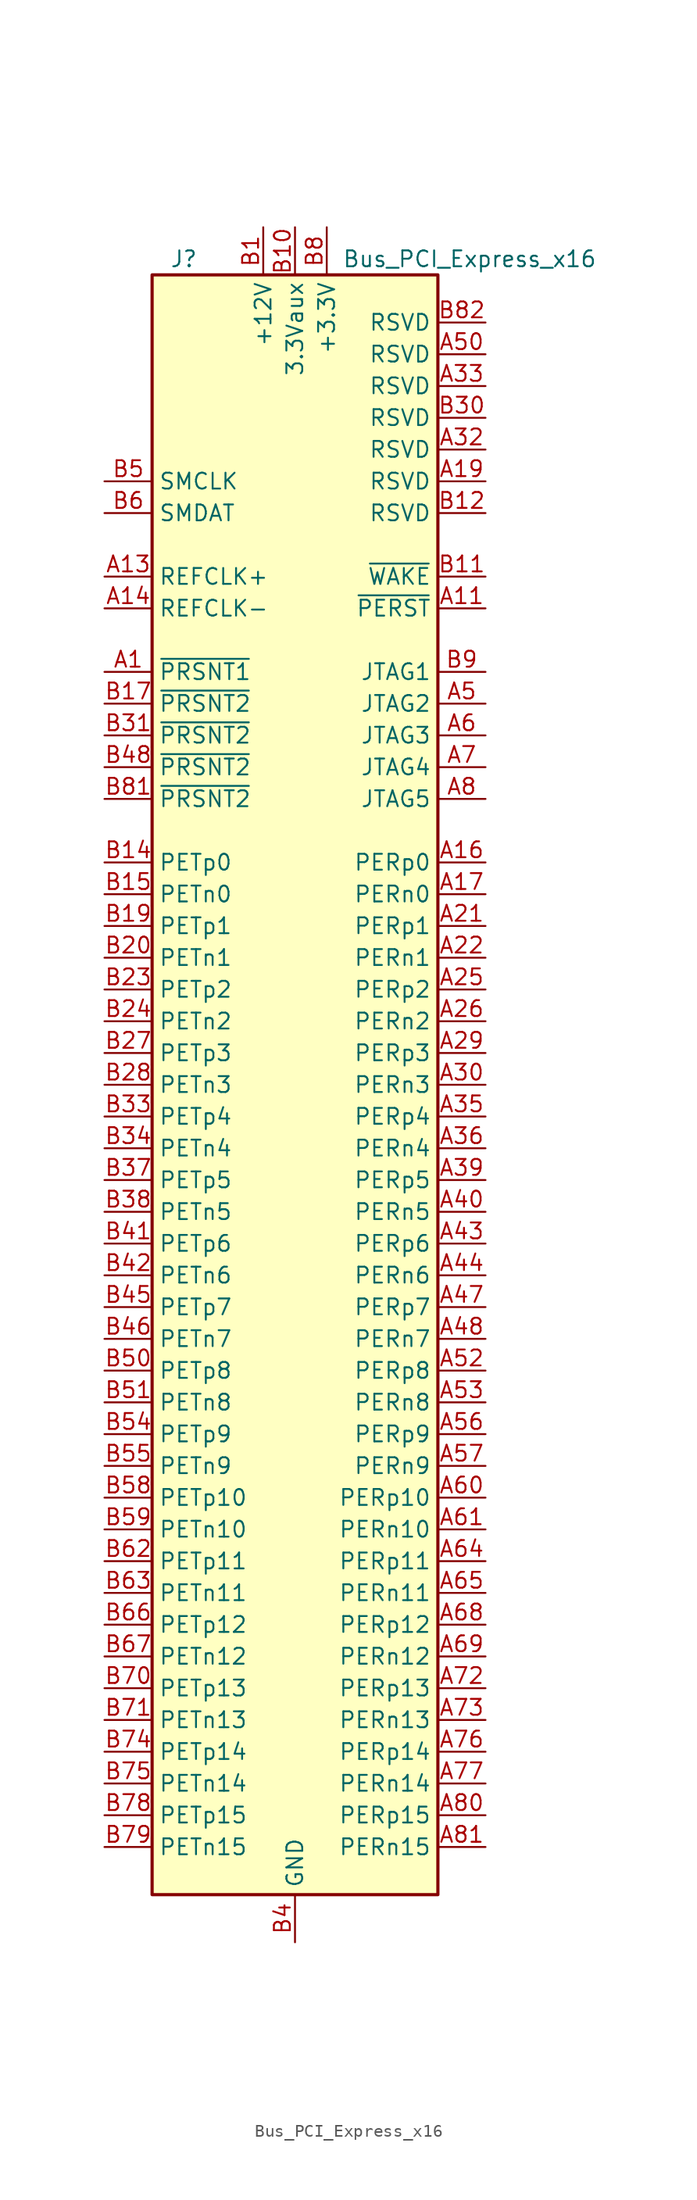
<source format=kicad_sym>
(kicad_symbol_lib
  (version 20220914)
  (generator kicad_symbol_editor)
  (symbol "Bus_PCI_Express_x16"
    (property "Reference" "J"
      (at -8.89 66.04 0)
      (effects (font (size 1.27 1.27))))
    (property "Value" "Bus_PCI_Express_x16"
      (at 13.97 66.04 0)
      (effects (font (size 1.27 1.27))))
    (symbol "Bus_PCI_Express_x16_0_1"
      (rectangle (start -11.43 64.77) (end 11.43 -64.77) (stroke (width 0.254) (type default)) (fill (type background))))
    (symbol "Bus_PCI_Express_x16_1_1"
      (pin passive line (at -15.24 33.02 0) (length 3.81) (name "~{PRSNT1}" (effects (font (size 1.27 1.27)))) (number "A1" (effects (font (size 1.27 1.27)))))
      (pin passive line (at 2.54 68.58 270) (length 3.81) hide (name "+3.3V" (effects (font (size 1.27 1.27)))) (number "A10" (effects (font (size 1.27 1.27)))))
      (pin input line (at 15.24 38.1 180) (length 3.81) (name "~{PERST}" (effects (font (size 1.27 1.27)))) (number "A11" (effects (font (size 1.27 1.27)))))
      (pin passive line (at 0 -68.58 90) (length 3.81) hide (name "GND" (effects (font (size 1.27 1.27)))) (number "A12" (effects (font (size 1.27 1.27)))))
      (pin input line (at -15.24 40.64 0) (length 3.81) (name "REFCLK+" (effects (font (size 1.27 1.27)))) (number "A13" (effects (font (size 1.27 1.27)))))
      (pin input line (at -15.24 38.1 0) (length 3.81) (name "REFCLK-" (effects (font (size 1.27 1.27)))) (number "A14" (effects (font (size 1.27 1.27)))))
      (pin passive line (at 0 -68.58 90) (length 3.81) hide (name "GND" (effects (font (size 1.27 1.27)))) (number "A15" (effects (font (size 1.27 1.27)))))
      (pin output line (at 15.24 17.78 180) (length 3.81) (name "PERp0" (effects (font (size 1.27 1.27)))) (number "A16" (effects (font (size 1.27 1.27)))))
      (pin output line (at 15.24 15.24 180) (length 3.81) (name "PERn0" (effects (font (size 1.27 1.27)))) (number "A17" (effects (font (size 1.27 1.27)))))
      (pin passive line (at 0 -68.58 90) (length 3.81) hide (name "GND" (effects (font (size 1.27 1.27)))) (number "A18" (effects (font (size 1.27 1.27)))))
      (pin passive line (at 15.24 48.26 180) (length 3.81) (name "RSVD" (effects (font (size 1.27 1.27)))) (number "A19" (effects (font (size 1.27 1.27)))))
      (pin passive line (at -2.54 68.58 270) (length 3.81) hide (name "+12V" (effects (font (size 1.27 1.27)))) (number "A2" (effects (font (size 1.27 1.27)))))
      (pin passive line (at 0 -68.58 90) (length 3.81) hide (name "GND" (effects (font (size 1.27 1.27)))) (number "A20" (effects (font (size 1.27 1.27)))))
      (pin output line (at 15.24 12.7 180) (length 3.81) (name "PERp1" (effects (font (size 1.27 1.27)))) (number "A21" (effects (font (size 1.27 1.27)))))
      (pin output line (at 15.24 10.16 180) (length 3.81) (name "PERn1" (effects (font (size 1.27 1.27)))) (number "A22" (effects (font (size 1.27 1.27)))))
      (pin passive line (at 0 -68.58 90) (length 3.81) hide (name "GND" (effects (font (size 1.27 1.27)))) (number "A23" (effects (font (size 1.27 1.27)))))
      (pin passive line (at 0 -68.58 90) (length 3.81) hide (name "GND" (effects (font (size 1.27 1.27)))) (number "A24" (effects (font (size 1.27 1.27)))))
      (pin output line (at 15.24 7.62 180) (length 3.81) (name "PERp2" (effects (font (size 1.27 1.27)))) (number "A25" (effects (font (size 1.27 1.27)))))
      (pin output line (at 15.24 5.08 180) (length 3.81) (name "PERn2" (effects (font (size 1.27 1.27)))) (number "A26" (effects (font (size 1.27 1.27)))))
      (pin passive line (at 0 -68.58 90) (length 3.81) hide (name "GND" (effects (font (size 1.27 1.27)))) (number "A27" (effects (font (size 1.27 1.27)))))
      (pin passive line (at 0 -68.58 90) (length 3.81) hide (name "GND" (effects (font (size 1.27 1.27)))) (number "A28" (effects (font (size 1.27 1.27)))))
      (pin output line (at 15.24 2.54 180) (length 3.81) (name "PERp3" (effects (font (size 1.27 1.27)))) (number "A29" (effects (font (size 1.27 1.27)))))
      (pin passive line (at -2.54 68.58 270) (length 3.81) hide (name "+12V" (effects (font (size 1.27 1.27)))) (number "A3" (effects (font (size 1.27 1.27)))))
      (pin output line (at 15.24 0 180) (length 3.81) (name "PERn3" (effects (font (size 1.27 1.27)))) (number "A30" (effects (font (size 1.27 1.27)))))
      (pin passive line (at 0 -68.58 90) (length 3.81) hide (name "GND" (effects (font (size 1.27 1.27)))) (number "A31" (effects (font (size 1.27 1.27)))))
      (pin passive line (at 15.24 50.8 180) (length 3.81) (name "RSVD" (effects (font (size 1.27 1.27)))) (number "A32" (effects (font (size 1.27 1.27)))))
      (pin passive line (at 15.24 55.88 180) (length 3.81) (name "RSVD" (effects (font (size 1.27 1.27)))) (number "A33" (effects (font (size 1.27 1.27)))))
      (pin passive line (at 0 -68.58 90) (length 3.81) hide (name "GND" (effects (font (size 1.27 1.27)))) (number "A34" (effects (font (size 1.27 1.27)))))
      (pin output line (at 15.24 -2.54 180) (length 3.81) (name "PERp4" (effects (font (size 1.27 1.27)))) (number "A35" (effects (font (size 1.27 1.27)))))
      (pin output line (at 15.24 -5.08 180) (length 3.81) (name "PERn4" (effects (font (size 1.27 1.27)))) (number "A36" (effects (font (size 1.27 1.27)))))
      (pin passive line (at 0 -68.58 90) (length 3.81) hide (name "GND" (effects (font (size 1.27 1.27)))) (number "A37" (effects (font (size 1.27 1.27)))))
      (pin passive line (at 0 -68.58 90) (length 3.81) hide (name "GND" (effects (font (size 1.27 1.27)))) (number "A38" (effects (font (size 1.27 1.27)))))
      (pin output line (at 15.24 -7.62 180) (length 3.81) (name "PERp5" (effects (font (size 1.27 1.27)))) (number "A39" (effects (font (size 1.27 1.27)))))
      (pin passive line (at 0 -68.58 90) (length 3.81) hide (name "GND" (effects (font (size 1.27 1.27)))) (number "A4" (effects (font (size 1.27 1.27)))))
      (pin output line (at 15.24 -10.16 180) (length 3.81) (name "PERn5" (effects (font (size 1.27 1.27)))) (number "A40" (effects (font (size 1.27 1.27)))))
      (pin passive line (at 0 -68.58 90) (length 3.81) hide (name "GND" (effects (font (size 1.27 1.27)))) (number "A41" (effects (font (size 1.27 1.27)))))
      (pin passive line (at 0 -68.58 90) (length 3.81) hide (name "GND" (effects (font (size 1.27 1.27)))) (number "A42" (effects (font (size 1.27 1.27)))))
      (pin output line (at 15.24 -12.7 180) (length 3.81) (name "PERp6" (effects (font (size 1.27 1.27)))) (number "A43" (effects (font (size 1.27 1.27)))))
      (pin output line (at 15.24 -15.24 180) (length 3.81) (name "PERn6" (effects (font (size 1.27 1.27)))) (number "A44" (effects (font (size 1.27 1.27)))))
      (pin passive line (at 0 -68.58 90) (length 3.81) hide (name "GND" (effects (font (size 1.27 1.27)))) (number "A45" (effects (font (size 1.27 1.27)))))
      (pin passive line (at 0 -68.58 90) (length 3.81) hide (name "GND" (effects (font (size 1.27 1.27)))) (number "A46" (effects (font (size 1.27 1.27)))))
      (pin output line (at 15.24 -17.78 180) (length 3.81) (name "PERp7" (effects (font (size 1.27 1.27)))) (number "A47" (effects (font (size 1.27 1.27)))))
      (pin output line (at 15.24 -20.32 180) (length 3.81) (name "PERn7" (effects (font (size 1.27 1.27)))) (number "A48" (effects (font (size 1.27 1.27)))))
      (pin passive line (at 0 -68.58 90) (length 3.81) hide (name "GND" (effects (font (size 1.27 1.27)))) (number "A49" (effects (font (size 1.27 1.27)))))
      (pin input line (at 15.24 30.48 180) (length 3.81) (name "JTAG2" (effects (font (size 1.27 1.27)))) (number "A5" (effects (font (size 1.27 1.27)))))
      (pin passive line (at 15.24 58.42 180) (length 3.81) (name "RSVD" (effects (font (size 1.27 1.27)))) (number "A50" (effects (font (size 1.27 1.27)))))
      (pin passive line (at 0 -68.58 90) (length 3.81) hide (name "GND" (effects (font (size 1.27 1.27)))) (number "A51" (effects (font (size 1.27 1.27)))))
      (pin output line (at 15.24 -22.86 180) (length 3.81) (name "PERp8" (effects (font (size 1.27 1.27)))) (number "A52" (effects (font (size 1.27 1.27)))))
      (pin output line (at 15.24 -25.4 180) (length 3.81) (name "PERn8" (effects (font (size 1.27 1.27)))) (number "A53" (effects (font (size 1.27 1.27)))))
      (pin passive line (at 0 -68.58 90) (length 3.81) hide (name "GND" (effects (font (size 1.27 1.27)))) (number "A54" (effects (font (size 1.27 1.27)))))
      (pin passive line (at 0 -68.58 90) (length 3.81) hide (name "GND" (effects (font (size 1.27 1.27)))) (number "A55" (effects (font (size 1.27 1.27)))))
      (pin output line (at 15.24 -27.94 180) (length 3.81) (name "PERp9" (effects (font (size 1.27 1.27)))) (number "A56" (effects (font (size 1.27 1.27)))))
      (pin output line (at 15.24 -30.48 180) (length 3.81) (name "PERn9" (effects (font (size 1.27 1.27)))) (number "A57" (effects (font (size 1.27 1.27)))))
      (pin passive line (at 0 -68.58 90) (length 3.81) hide (name "GND" (effects (font (size 1.27 1.27)))) (number "A58" (effects (font (size 1.27 1.27)))))
      (pin passive line (at 0 -68.58 90) (length 3.81) hide (name "GND" (effects (font (size 1.27 1.27)))) (number "A59" (effects (font (size 1.27 1.27)))))
      (pin input line (at 15.24 27.94 180) (length 3.81) (name "JTAG3" (effects (font (size 1.27 1.27)))) (number "A6" (effects (font (size 1.27 1.27)))))
      (pin output line (at 15.24 -33.02 180) (length 3.81) (name "PERp10" (effects (font (size 1.27 1.27)))) (number "A60" (effects (font (size 1.27 1.27)))))
      (pin output line (at 15.24 -35.56 180) (length 3.81) (name "PERn10" (effects (font (size 1.27 1.27)))) (number "A61" (effects (font (size 1.27 1.27)))))
      (pin passive line (at 0 -68.58 90) (length 3.81) hide (name "GND" (effects (font (size 1.27 1.27)))) (number "A62" (effects (font (size 1.27 1.27)))))
      (pin passive line (at 0 -68.58 90) (length 3.81) hide (name "GND" (effects (font (size 1.27 1.27)))) (number "A63" (effects (font (size 1.27 1.27)))))
      (pin output line (at 15.24 -38.1 180) (length 3.81) (name "PERp11" (effects (font (size 1.27 1.27)))) (number "A64" (effects (font (size 1.27 1.27)))))
      (pin output line (at 15.24 -40.64 180) (length 3.81) (name "PERn11" (effects (font (size 1.27 1.27)))) (number "A65" (effects (font (size 1.27 1.27)))))
      (pin passive line (at 0 -68.58 90) (length 3.81) hide (name "GND" (effects (font (size 1.27 1.27)))) (number "A66" (effects (font (size 1.27 1.27)))))
      (pin passive line (at 0 -68.58 90) (length 3.81) hide (name "GND" (effects (font (size 1.27 1.27)))) (number "A67" (effects (font (size 1.27 1.27)))))
      (pin output line (at 15.24 -43.18 180) (length 3.81) (name "PERp12" (effects (font (size 1.27 1.27)))) (number "A68" (effects (font (size 1.27 1.27)))))
      (pin output line (at 15.24 -45.72 180) (length 3.81) (name "PERn12" (effects (font (size 1.27 1.27)))) (number "A69" (effects (font (size 1.27 1.27)))))
      (pin output line (at 15.24 25.4 180) (length 3.81) (name "JTAG4" (effects (font (size 1.27 1.27)))) (number "A7" (effects (font (size 1.27 1.27)))))
      (pin passive line (at 0 -68.58 90) (length 3.81) hide (name "GND" (effects (font (size 1.27 1.27)))) (number "A70" (effects (font (size 1.27 1.27)))))
      (pin passive line (at 0 -68.58 90) (length 3.81) hide (name "GND" (effects (font (size 1.27 1.27)))) (number "A71" (effects (font (size 1.27 1.27)))))
      (pin output line (at 15.24 -48.26 180) (length 3.81) (name "PERp13" (effects (font (size 1.27 1.27)))) (number "A72" (effects (font (size 1.27 1.27)))))
      (pin output line (at 15.24 -50.8 180) (length 3.81) (name "PERn13" (effects (font (size 1.27 1.27)))) (number "A73" (effects (font (size 1.27 1.27)))))
      (pin passive line (at 0 -68.58 90) (length 3.81) hide (name "GND" (effects (font (size 1.27 1.27)))) (number "A74" (effects (font (size 1.27 1.27)))))
      (pin passive line (at 0 -68.58 90) (length 3.81) hide (name "GND" (effects (font (size 1.27 1.27)))) (number "A75" (effects (font (size 1.27 1.27)))))
      (pin output line (at 15.24 -53.34 180) (length 3.81) (name "PERp14" (effects (font (size 1.27 1.27)))) (number "A76" (effects (font (size 1.27 1.27)))))
      (pin output line (at 15.24 -55.88 180) (length 3.81) (name "PERn14" (effects (font (size 1.27 1.27)))) (number "A77" (effects (font (size 1.27 1.27)))))
      (pin passive line (at 0 -68.58 90) (length 3.81) hide (name "GND" (effects (font (size 1.27 1.27)))) (number "A78" (effects (font (size 1.27 1.27)))))
      (pin passive line (at 0 -68.58 90) (length 3.81) hide (name "GND" (effects (font (size 1.27 1.27)))) (number "A79" (effects (font (size 1.27 1.27)))))
      (pin input line (at 15.24 22.86 180) (length 3.81) (name "JTAG5" (effects (font (size 1.27 1.27)))) (number "A8" (effects (font (size 1.27 1.27)))))
      (pin output line (at 15.24 -58.42 180) (length 3.81) (name "PERp15" (effects (font (size 1.27 1.27)))) (number "A80" (effects (font (size 1.27 1.27)))))
      (pin output line (at 15.24 -60.96 180) (length 3.81) (name "PERn15" (effects (font (size 1.27 1.27)))) (number "A81" (effects (font (size 1.27 1.27)))))
      (pin passive line (at 0 -68.58 90) (length 3.81) hide (name "GND" (effects (font (size 1.27 1.27)))) (number "A82" (effects (font (size 1.27 1.27)))))
      (pin passive line (at 2.54 68.58 270) (length 3.81) hide (name "+3.3V" (effects (font (size 1.27 1.27)))) (number "A9" (effects (font (size 1.27 1.27)))))
      (pin power_in line (at -2.54 68.58 270) (length 3.81) (name "+12V" (effects (font (size 1.27 1.27)))) (number "B1" (effects (font (size 1.27 1.27)))))
      (pin power_in line (at 0 68.58 270) (length 3.81) (name "3.3Vaux" (effects (font (size 1.27 1.27)))) (number "B10" (effects (font (size 1.27 1.27)))))
      (pin open_collector line (at 15.24 40.64 180) (length 3.81) (name "~{WAKE}" (effects (font (size 1.27 1.27)))) (number "B11" (effects (font (size 1.27 1.27)))))
      (pin passive line (at 15.24 45.72 180) (length 3.81) (name "RSVD" (effects (font (size 1.27 1.27)))) (number "B12" (effects (font (size 1.27 1.27)))))
      (pin passive line (at 0 -68.58 90) (length 3.81) hide (name "GND" (effects (font (size 1.27 1.27)))) (number "B13" (effects (font (size 1.27 1.27)))))
      (pin input line (at -15.24 17.78 0) (length 3.81) (name "PETp0" (effects (font (size 1.27 1.27)))) (number "B14" (effects (font (size 1.27 1.27)))))
      (pin input line (at -15.24 15.24 0) (length 3.81) (name "PETn0" (effects (font (size 1.27 1.27)))) (number "B15" (effects (font (size 1.27 1.27)))))
      (pin passive line (at 0 -68.58 90) (length 3.81) hide (name "GND" (effects (font (size 1.27 1.27)))) (number "B16" (effects (font (size 1.27 1.27)))))
      (pin passive line (at -15.24 30.48 0) (length 3.81) (name "~{PRSNT2}" (effects (font (size 1.27 1.27)))) (number "B17" (effects (font (size 1.27 1.27)))))
      (pin passive line (at 0 -68.58 90) (length 3.81) hide (name "GND" (effects (font (size 1.27 1.27)))) (number "B18" (effects (font (size 1.27 1.27)))))
      (pin input line (at -15.24 12.7 0) (length 3.81) (name "PETp1" (effects (font (size 1.27 1.27)))) (number "B19" (effects (font (size 1.27 1.27)))))
      (pin passive line (at -2.54 68.58 270) (length 3.81) hide (name "+12V" (effects (font (size 1.27 1.27)))) (number "B2" (effects (font (size 1.27 1.27)))))
      (pin input line (at -15.24 10.16 0) (length 3.81) (name "PETn1" (effects (font (size 1.27 1.27)))) (number "B20" (effects (font (size 1.27 1.27)))))
      (pin passive line (at 0 -68.58 90) (length 3.81) hide (name "GND" (effects (font (size 1.27 1.27)))) (number "B21" (effects (font (size 1.27 1.27)))))
      (pin passive line (at 0 -68.58 90) (length 3.81) hide (name "GND" (effects (font (size 1.27 1.27)))) (number "B22" (effects (font (size 1.27 1.27)))))
      (pin input line (at -15.24 7.62 0) (length 3.81) (name "PETp2" (effects (font (size 1.27 1.27)))) (number "B23" (effects (font (size 1.27 1.27)))))
      (pin input line (at -15.24 5.08 0) (length 3.81) (name "PETn2" (effects (font (size 1.27 1.27)))) (number "B24" (effects (font (size 1.27 1.27)))))
      (pin passive line (at 0 -68.58 90) (length 3.81) hide (name "GND" (effects (font (size 1.27 1.27)))) (number "B25" (effects (font (size 1.27 1.27)))))
      (pin passive line (at 0 -68.58 90) (length 3.81) hide (name "GND" (effects (font (size 1.27 1.27)))) (number "B26" (effects (font (size 1.27 1.27)))))
      (pin input line (at -15.24 2.54 0) (length 3.81) (name "PETp3" (effects (font (size 1.27 1.27)))) (number "B27" (effects (font (size 1.27 1.27)))))
      (pin input line (at -15.24 0 0) (length 3.81) (name "PETn3" (effects (font (size 1.27 1.27)))) (number "B28" (effects (font (size 1.27 1.27)))))
      (pin passive line (at 0 -68.58 90) (length 3.81) hide (name "GND" (effects (font (size 1.27 1.27)))) (number "B29" (effects (font (size 1.27 1.27)))))
      (pin passive line (at -2.54 68.58 270) (length 3.81) hide (name "+12V" (effects (font (size 1.27 1.27)))) (number "B3" (effects (font (size 1.27 1.27)))))
      (pin passive line (at 15.24 53.34 180) (length 3.81) (name "RSVD" (effects (font (size 1.27 1.27)))) (number "B30" (effects (font (size 1.27 1.27)))))
      (pin passive line (at -15.24 27.94 0) (length 3.81) (name "~{PRSNT2}" (effects (font (size 1.27 1.27)))) (number "B31" (effects (font (size 1.27 1.27)))))
      (pin passive line (at 0 -68.58 90) (length 3.81) hide (name "GND" (effects (font (size 1.27 1.27)))) (number "B32" (effects (font (size 1.27 1.27)))))
      (pin input line (at -15.24 -2.54 0) (length 3.81) (name "PETp4" (effects (font (size 1.27 1.27)))) (number "B33" (effects (font (size 1.27 1.27)))))
      (pin input line (at -15.24 -5.08 0) (length 3.81) (name "PETn4" (effects (font (size 1.27 1.27)))) (number "B34" (effects (font (size 1.27 1.27)))))
      (pin passive line (at 0 -68.58 90) (length 3.81) hide (name "GND" (effects (font (size 1.27 1.27)))) (number "B35" (effects (font (size 1.27 1.27)))))
      (pin passive line (at 0 -68.58 90) (length 3.81) hide (name "GND" (effects (font (size 1.27 1.27)))) (number "B36" (effects (font (size 1.27 1.27)))))
      (pin input line (at -15.24 -7.62 0) (length 3.81) (name "PETp5" (effects (font (size 1.27 1.27)))) (number "B37" (effects (font (size 1.27 1.27)))))
      (pin input line (at -15.24 -10.16 0) (length 3.81) (name "PETn5" (effects (font (size 1.27 1.27)))) (number "B38" (effects (font (size 1.27 1.27)))))
      (pin passive line (at 0 -68.58 90) (length 3.81) hide (name "GND" (effects (font (size 1.27 1.27)))) (number "B39" (effects (font (size 1.27 1.27)))))
      (pin power_in line (at 0 -68.58 90) (length 3.81) (name "GND" (effects (font (size 1.27 1.27)))) (number "B4" (effects (font (size 1.27 1.27)))))
      (pin passive line (at 0 -68.58 90) (length 3.81) hide (name "GND" (effects (font (size 1.27 1.27)))) (number "B40" (effects (font (size 1.27 1.27)))))
      (pin input line (at -15.24 -12.7 0) (length 3.81) (name "PETp6" (effects (font (size 1.27 1.27)))) (number "B41" (effects (font (size 1.27 1.27)))))
      (pin input line (at -15.24 -15.24 0) (length 3.81) (name "PETn6" (effects (font (size 1.27 1.27)))) (number "B42" (effects (font (size 1.27 1.27)))))
      (pin passive line (at 0 -68.58 90) (length 3.81) hide (name "GND" (effects (font (size 1.27 1.27)))) (number "B43" (effects (font (size 1.27 1.27)))))
      (pin passive line (at 0 -68.58 90) (length 3.81) hide (name "GND" (effects (font (size 1.27 1.27)))) (number "B44" (effects (font (size 1.27 1.27)))))
      (pin input line (at -15.24 -17.78 0) (length 3.81) (name "PETp7" (effects (font (size 1.27 1.27)))) (number "B45" (effects (font (size 1.27 1.27)))))
      (pin input line (at -15.24 -20.32 0) (length 3.81) (name "PETn7" (effects (font (size 1.27 1.27)))) (number "B46" (effects (font (size 1.27 1.27)))))
      (pin passive line (at 0 -68.58 90) (length 3.81) hide (name "GND" (effects (font (size 1.27 1.27)))) (number "B47" (effects (font (size 1.27 1.27)))))
      (pin passive line (at -15.24 25.4 0) (length 3.81) (name "~{PRSNT2}" (effects (font (size 1.27 1.27)))) (number "B48" (effects (font (size 1.27 1.27)))))
      (pin passive line (at 0 -68.58 90) (length 3.81) hide (name "GND" (effects (font (size 1.27 1.27)))) (number "B49" (effects (font (size 1.27 1.27)))))
      (pin input line (at -15.24 48.26 0) (length 3.81) (name "SMCLK" (effects (font (size 1.27 1.27)))) (number "B5" (effects (font (size 1.27 1.27)))))
      (pin input line (at -15.24 -22.86 0) (length 3.81) (name "PETp8" (effects (font (size 1.27 1.27)))) (number "B50" (effects (font (size 1.27 1.27)))))
      (pin input line (at -15.24 -25.4 0) (length 3.81) (name "PETn8" (effects (font (size 1.27 1.27)))) (number "B51" (effects (font (size 1.27 1.27)))))
      (pin passive line (at 0 -68.58 90) (length 3.81) hide (name "GND" (effects (font (size 1.27 1.27)))) (number "B52" (effects (font (size 1.27 1.27)))))
      (pin passive line (at 0 -68.58 90) (length 3.81) hide (name "GND" (effects (font (size 1.27 1.27)))) (number "B53" (effects (font (size 1.27 1.27)))))
      (pin input line (at -15.24 -27.94 0) (length 3.81) (name "PETp9" (effects (font (size 1.27 1.27)))) (number "B54" (effects (font (size 1.27 1.27)))))
      (pin input line (at -15.24 -30.48 0) (length 3.81) (name "PETn9" (effects (font (size 1.27 1.27)))) (number "B55" (effects (font (size 1.27 1.27)))))
      (pin passive line (at 0 -68.58 90) (length 3.81) hide (name "GND" (effects (font (size 1.27 1.27)))) (number "B56" (effects (font (size 1.27 1.27)))))
      (pin passive line (at 0 -68.58 90) (length 3.81) hide (name "GND" (effects (font (size 1.27 1.27)))) (number "B57" (effects (font (size 1.27 1.27)))))
      (pin input line (at -15.24 -33.02 0) (length 3.81) (name "PETp10" (effects (font (size 1.27 1.27)))) (number "B58" (effects (font (size 1.27 1.27)))))
      (pin input line (at -15.24 -35.56 0) (length 3.81) (name "PETn10" (effects (font (size 1.27 1.27)))) (number "B59" (effects (font (size 1.27 1.27)))))
      (pin bidirectional line (at -15.24 45.72 0) (length 3.81) (name "SMDAT" (effects (font (size 1.27 1.27)))) (number "B6" (effects (font (size 1.27 1.27)))))
      (pin passive line (at 0 -68.58 90) (length 3.81) hide (name "GND" (effects (font (size 1.27 1.27)))) (number "B60" (effects (font (size 1.27 1.27)))))
      (pin passive line (at 0 -68.58 90) (length 3.81) hide (name "GND" (effects (font (size 1.27 1.27)))) (number "B61" (effects (font (size 1.27 1.27)))))
      (pin input line (at -15.24 -38.1 0) (length 3.81) (name "PETp11" (effects (font (size 1.27 1.27)))) (number "B62" (effects (font (size 1.27 1.27)))))
      (pin input line (at -15.24 -40.64 0) (length 3.81) (name "PETn11" (effects (font (size 1.27 1.27)))) (number "B63" (effects (font (size 1.27 1.27)))))
      (pin passive line (at 0 -68.58 90) (length 3.81) hide (name "GND" (effects (font (size 1.27 1.27)))) (number "B64" (effects (font (size 1.27 1.27)))))
      (pin passive line (at 0 -68.58 90) (length 3.81) hide (name "GND" (effects (font (size 1.27 1.27)))) (number "B65" (effects (font (size 1.27 1.27)))))
      (pin input line (at -15.24 -43.18 0) (length 3.81) (name "PETp12" (effects (font (size 1.27 1.27)))) (number "B66" (effects (font (size 1.27 1.27)))))
      (pin input line (at -15.24 -45.72 0) (length 3.81) (name "PETn12" (effects (font (size 1.27 1.27)))) (number "B67" (effects (font (size 1.27 1.27)))))
      (pin passive line (at 0 -68.58 90) (length 3.81) hide (name "GND" (effects (font (size 1.27 1.27)))) (number "B68" (effects (font (size 1.27 1.27)))))
      (pin passive line (at 0 -68.58 90) (length 3.81) hide (name "GND" (effects (font (size 1.27 1.27)))) (number "B69" (effects (font (size 1.27 1.27)))))
      (pin passive line (at 0 -68.58 90) (length 3.81) hide (name "GND" (effects (font (size 1.27 1.27)))) (number "B7" (effects (font (size 1.27 1.27)))))
      (pin input line (at -15.24 -48.26 0) (length 3.81) (name "PETp13" (effects (font (size 1.27 1.27)))) (number "B70" (effects (font (size 1.27 1.27)))))
      (pin input line (at -15.24 -50.8 0) (length 3.81) (name "PETn13" (effects (font (size 1.27 1.27)))) (number "B71" (effects (font (size 1.27 1.27)))))
      (pin passive line (at 0 -68.58 90) (length 3.81) hide (name "GND" (effects (font (size 1.27 1.27)))) (number "B72" (effects (font (size 1.27 1.27)))))
      (pin passive line (at 0 -68.58 90) (length 3.81) hide (name "GND" (effects (font (size 1.27 1.27)))) (number "B73" (effects (font (size 1.27 1.27)))))
      (pin input line (at -15.24 -53.34 0) (length 3.81) (name "PETp14" (effects (font (size 1.27 1.27)))) (number "B74" (effects (font (size 1.27 1.27)))))
      (pin input line (at -15.24 -55.88 0) (length 3.81) (name "PETn14" (effects (font (size 1.27 1.27)))) (number "B75" (effects (font (size 1.27 1.27)))))
      (pin passive line (at 0 -68.58 90) (length 3.81) hide (name "GND" (effects (font (size 1.27 1.27)))) (number "B76" (effects (font (size 1.27 1.27)))))
      (pin passive line (at 0 -68.58 90) (length 3.81) hide (name "GND" (effects (font (size 1.27 1.27)))) (number "B77" (effects (font (size 1.27 1.27)))))
      (pin input line (at -15.24 -58.42 0) (length 3.81) (name "PETp15" (effects (font (size 1.27 1.27)))) (number "B78" (effects (font (size 1.27 1.27)))))
      (pin input line (at -15.24 -60.96 0) (length 3.81) (name "PETn15" (effects (font (size 1.27 1.27)))) (number "B79" (effects (font (size 1.27 1.27)))))
      (pin power_in line (at 2.54 68.58 270) (length 3.81) (name "+3.3V" (effects (font (size 1.27 1.27)))) (number "B8" (effects (font (size 1.27 1.27)))))
      (pin passive line (at 0 -68.58 90) (length 3.81) hide (name "GND" (effects (font (size 1.27 1.27)))) (number "B80" (effects (font (size 1.27 1.27)))))
      (pin passive line (at -15.24 22.86 0) (length 3.81) (name "~{PRSNT2}" (effects (font (size 1.27 1.27)))) (number "B81" (effects (font (size 1.27 1.27)))))
      (pin passive line (at 15.24 60.96 180) (length 3.81) (name "RSVD" (effects (font (size 1.27 1.27)))) (number "B82" (effects (font (size 1.27 1.27)))))
      (pin input line (at 15.24 33.02 180) (length 3.81) (name "JTAG1" (effects (font (size 1.27 1.27)))) (number "B9" (effects (font (size 1.27 1.27))))))))
</source>
